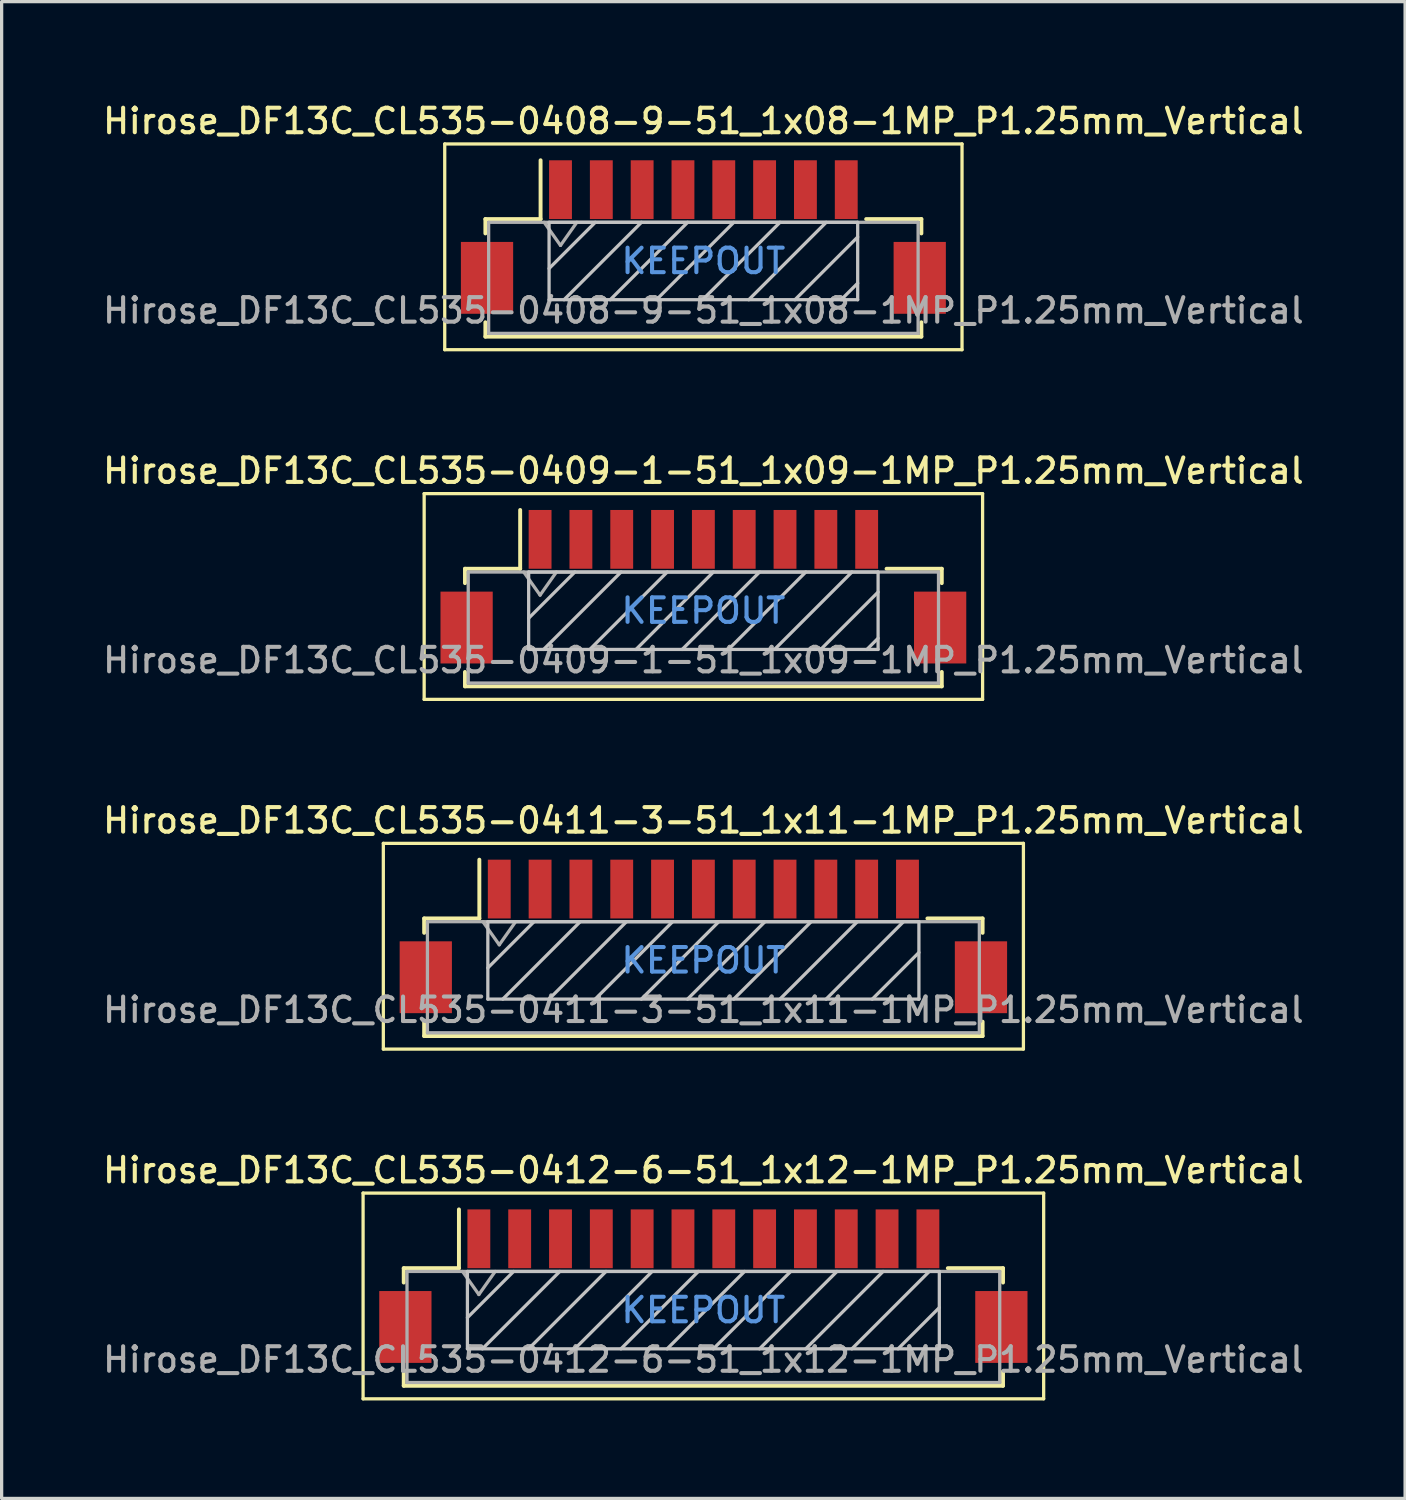
<source format=kicad_pcb>
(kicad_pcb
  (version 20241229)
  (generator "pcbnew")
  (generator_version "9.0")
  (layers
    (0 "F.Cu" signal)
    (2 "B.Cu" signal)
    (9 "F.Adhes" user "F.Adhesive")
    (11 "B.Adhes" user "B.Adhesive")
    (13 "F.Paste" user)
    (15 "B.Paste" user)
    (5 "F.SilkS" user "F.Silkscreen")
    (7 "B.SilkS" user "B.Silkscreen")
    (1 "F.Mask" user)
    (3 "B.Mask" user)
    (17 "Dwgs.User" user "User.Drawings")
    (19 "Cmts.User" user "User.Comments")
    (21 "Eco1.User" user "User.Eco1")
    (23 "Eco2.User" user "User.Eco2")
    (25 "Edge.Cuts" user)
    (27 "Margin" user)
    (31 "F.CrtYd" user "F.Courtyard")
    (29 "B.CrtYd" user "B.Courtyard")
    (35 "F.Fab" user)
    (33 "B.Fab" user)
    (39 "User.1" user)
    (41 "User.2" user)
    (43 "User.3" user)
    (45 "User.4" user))
  (footprint "Hirose_DF13C_CL535-0411-3-51_1x11-1MP_P1.25mm_Vertical"
    (layer "F.Cu")
    (at 18.488 25.624)
    (property "Reference" "Hirose_DF13C_CL535-0411-3-51_1x11-1MP_P1.25mm_Vertical" (at 0 -3.55 0) (layer "F.SilkS") (effects (font (size 0.75 0.75) (thickness 0.125))))
    (attr smd)
    (fp_line (start -9.8 -2.85) (end -9.8 3.45) (stroke (width 0.1) (type solid)) (layer "F.SilkS"))
    (fp_line (start -9.8 3.45) (end 9.8 3.45) (stroke (width 0.1) (type solid)) (layer "F.SilkS"))
    (fp_line (start -8.55 -0.55) (end -8.55 -0.11) (stroke (width 0.12) (type solid)) (layer "F.SilkS"))
    (fp_line (start -8.55 2.61) (end -8.55 3.05) (stroke (width 0.12) (type solid)) (layer "F.SilkS"))
    (fp_line (start -8.55 3.05) (end 8.55 3.05) (stroke (width 0.12) (type solid)) (layer "F.SilkS"))
    (fp_line (start -6.86 -0.55) (end -8.55 -0.55) (stroke (width 0.12) (type solid)) (layer "F.SilkS"))
    (fp_line (start -6.86 -0.55) (end -6.86 -2.35) (stroke (width 0.12) (type solid)) (layer "F.SilkS"))
    (fp_line (start 6.86 -0.55) (end 8.55 -0.55) (stroke (width 0.12) (type solid)) (layer "F.SilkS"))
    (fp_line (start 8.55 -0.55) (end 8.55 -0.11) (stroke (width 0.12) (type solid)) (layer "F.SilkS"))
    (fp_line (start 8.55 3.05) (end 8.55 2.61) (stroke (width 0.12) (type solid)) (layer "F.SilkS"))
    (fp_line (start 9.8 -2.85) (end -9.8 -2.85) (stroke (width 0.1) (type solid)) (layer "F.SilkS"))
    (fp_line (start 9.8 3.45) (end 9.8 -2.85) (stroke (width 0.1) (type solid)) (layer "F.SilkS"))
    (fp_line (start -6.6 -0.45) (end -6.6 1.92) (stroke (width 0.1) (type solid)) (layer "Dwgs.User"))
    (fp_line (start -6.6 1.92) (end 6.6 1.92) (stroke (width 0.1) (type solid)) (layer "Dwgs.User"))
    (fp_line (start -5.186 -0.45) (end -6.6 0.964) (stroke (width 0.1) (type solid)) (layer "Dwgs.User"))
    (fp_line (start -3.772 -0.45) (end -6.142 1.92) (stroke (width 0.1) (type solid)) (layer "Dwgs.User"))
    (fp_line (start -2.357 -0.45) (end -4.727 1.92) (stroke (width 0.1) (type solid)) (layer "Dwgs.User"))
    (fp_line (start -0.943 -0.45) (end -3.313 1.92) (stroke (width 0.1) (type solid)) (layer "Dwgs.User"))
    (fp_line (start 0.471 -0.45) (end -1.899 1.92) (stroke (width 0.1) (type solid)) (layer "Dwgs.User"))
    (fp_line (start 1.885 -0.45) (end -0.485 1.92) (stroke (width 0.1) (type solid)) (layer "Dwgs.User"))
    (fp_line (start 3.299 -0.45) (end 0.929 1.92) (stroke (width 0.1) (type solid)) (layer "Dwgs.User"))
    (fp_line (start 4.714 -0.45) (end 2.344 1.92) (stroke (width 0.1) (type solid)) (layer "Dwgs.User"))
    (fp_line (start 6.128 -0.45) (end 3.758 1.92) (stroke (width 0.1) (type solid)) (layer "Dwgs.User"))
    (fp_line (start 6.6 -0.45) (end -6.6 -0.45) (stroke (width 0.1) (type solid)) (layer "Dwgs.User"))
    (fp_line (start 6.6 0.492) (end 5.172 1.92) (stroke (width 0.1) (type solid)) (layer "Dwgs.User"))
    (fp_line (start 6.6 1.906) (end 6.586 1.92) (stroke (width 0.1) (type solid)) (layer "Dwgs.User"))
    (fp_line (start 6.6 1.92) (end 6.6 -0.45) (stroke (width 0.1) (type solid)) (layer "Dwgs.User"))
    (fp_line (start -8.45 -0.45) (end -8.45 2.95) (stroke (width 0.1) (type solid)) (layer "F.Fab"))
    (fp_line (start -8.45 2.95) (end 8.45 2.95) (stroke (width 0.1) (type solid)) (layer "F.Fab"))
    (fp_line (start -6.75 -0.45) (end -6.25 0.257) (stroke (width 0.1) (type solid)) (layer "F.Fab"))
    (fp_line (start -6.25 0.257) (end -5.75 -0.45) (stroke (width 0.1) (type solid)) (layer "F.Fab"))
    (fp_line (start 8.45 -0.45) (end -8.45 -0.45) (stroke (width 0.1) (type solid)) (layer "F.Fab"))
    (fp_line (start 8.45 2.95) (end 8.45 -0.45) (stroke (width 0.1) (type solid)) (layer "F.Fab"))
    (fp_text user "KEEPOUT" (at 0 0.735 0) (layer "Cmts.User") (effects (font (size 0.75 0.75) (thickness 0.125))))
    (fp_text user "${REFERENCE}" (at 0 2.25 0) (layer "F.Fab") (effects (font (size 0.75 0.75) (thickness 0.125))))
    (pad "1" smd rect (at -6.25 -1.45) (size 0.7 1.8) (layers "F.Cu" "F.Mask" "F.Paste"))
    (pad "2" smd rect (at -5 -1.45) (size 0.7 1.8) (layers "F.Cu" "F.Mask" "F.Paste"))
    (pad "3" smd rect (at -3.75 -1.45) (size 0.7 1.8) (layers "F.Cu" "F.Mask" "F.Paste"))
    (pad "4" smd rect (at -2.5 -1.45) (size 0.7 1.8) (layers "F.Cu" "F.Mask" "F.Paste"))
    (pad "5" smd rect (at -1.25 -1.45) (size 0.7 1.8) (layers "F.Cu" "F.Mask" "F.Paste"))
    (pad "6" smd rect (at 0 -1.45) (size 0.7 1.8) (layers "F.Cu" "F.Mask" "F.Paste"))
    (pad "7" smd rect (at 1.25 -1.45) (size 0.7 1.8) (layers "F.Cu" "F.Mask" "F.Paste"))
    (pad "8" smd rect (at 2.5 -1.45) (size 0.7 1.8) (layers "F.Cu" "F.Mask" "F.Paste"))
    (pad "9" smd rect (at 3.75 -1.45) (size 0.7 1.8) (layers "F.Cu" "F.Mask" "F.Paste"))
    (pad "10" smd rect (at 5 -1.45) (size 0.7 1.8) (layers "F.Cu" "F.Mask" "F.Paste"))
    (pad "11" smd rect (at 6.25 -1.45) (size 0.7 1.8) (layers "F.Cu" "F.Mask" "F.Paste"))
    (pad "MP" smd rect (at -8.5 1.25) (size 1.6 2.2) (layers "F.Cu" "F.Mask" "F.Paste"))
    (pad "MP" smd rect (at 8.5 1.25) (size 1.6 2.2) (layers "F.Cu" "F.Mask" "F.Paste")))
  (footprint "Hirose_DF13C_CL535-0412-6-51_1x12-1MP_P1.25mm_Vertical"
    (layer "F.Cu")
    (at 18.488 36.333)
    (property "Reference" "Hirose_DF13C_CL535-0412-6-51_1x12-1MP_P1.25mm_Vertical" (at 0 -3.55 0) (layer "F.SilkS") (effects (font (size 0.75 0.75) (thickness 0.125))))
    (attr smd)
    (fp_line (start -10.42 -2.85) (end -10.42 3.45) (stroke (width 0.1) (type solid)) (layer "F.SilkS"))
    (fp_line (start -10.42 3.45) (end 10.42 3.45) (stroke (width 0.1) (type solid)) (layer "F.SilkS"))
    (fp_line (start -9.175 -0.55) (end -9.175 -0.11) (stroke (width 0.12) (type solid)) (layer "F.SilkS"))
    (fp_line (start -9.175 2.61) (end -9.175 3.05) (stroke (width 0.12) (type solid)) (layer "F.SilkS"))
    (fp_line (start -9.175 3.05) (end 9.175 3.05) (stroke (width 0.12) (type solid)) (layer "F.SilkS"))
    (fp_line (start -7.485 -0.55) (end -9.175 -0.55) (stroke (width 0.12) (type solid)) (layer "F.SilkS"))
    (fp_line (start -7.485 -0.55) (end -7.485 -2.35) (stroke (width 0.12) (type solid)) (layer "F.SilkS"))
    (fp_line (start 7.485 -0.55) (end 9.175 -0.55) (stroke (width 0.12) (type solid)) (layer "F.SilkS"))
    (fp_line (start 9.175 -0.55) (end 9.175 -0.11) (stroke (width 0.12) (type solid)) (layer "F.SilkS"))
    (fp_line (start 9.175 3.05) (end 9.175 2.61) (stroke (width 0.12) (type solid)) (layer "F.SilkS"))
    (fp_line (start 10.42 -2.85) (end -10.42 -2.85) (stroke (width 0.1) (type solid)) (layer "F.SilkS"))
    (fp_line (start 10.42 3.45) (end 10.42 -2.85) (stroke (width 0.1) (type solid)) (layer "F.SilkS"))
    (fp_line (start -7.225 -0.45) (end -7.225 1.92) (stroke (width 0.1) (type solid)) (layer "Dwgs.User"))
    (fp_line (start -7.225 1.92) (end 7.225 1.92) (stroke (width 0.1) (type solid)) (layer "Dwgs.User"))
    (fp_line (start -5.811 -0.45) (end -7.225 0.964) (stroke (width 0.1) (type solid)) (layer "Dwgs.User"))
    (fp_line (start -4.397 -0.45) (end -6.767 1.92) (stroke (width 0.1) (type solid)) (layer "Dwgs.User"))
    (fp_line (start -2.982 -0.45) (end -5.352 1.92) (stroke (width 0.1) (type solid)) (layer "Dwgs.User"))
    (fp_line (start -1.568 -0.45) (end -3.938 1.92) (stroke (width 0.1) (type solid)) (layer "Dwgs.User"))
    (fp_line (start -0.154 -0.45) (end -2.524 1.92) (stroke (width 0.1) (type solid)) (layer "Dwgs.User"))
    (fp_line (start 1.26 -0.45) (end -1.11 1.92) (stroke (width 0.1) (type solid)) (layer "Dwgs.User"))
    (fp_line (start 2.674 -0.45) (end 0.304 1.92) (stroke (width 0.1) (type solid)) (layer "Dwgs.User"))
    (fp_line (start 4.089 -0.45) (end 1.719 1.92) (stroke (width 0.1) (type solid)) (layer "Dwgs.User"))
    (fp_line (start 5.503 -0.45) (end 3.133 1.92) (stroke (width 0.1) (type solid)) (layer "Dwgs.User"))
    (fp_line (start 6.917 -0.45) (end 4.547 1.92) (stroke (width 0.1) (type solid)) (layer "Dwgs.User"))
    (fp_line (start 7.225 -0.45) (end -7.225 -0.45) (stroke (width 0.1) (type solid)) (layer "Dwgs.User"))
    (fp_line (start 7.225 0.656) (end 5.961 1.92) (stroke (width 0.1) (type solid)) (layer "Dwgs.User"))
    (fp_line (start 7.225 1.92) (end 7.225 -0.45) (stroke (width 0.1) (type solid)) (layer "Dwgs.User"))
    (fp_line (start -9.075 -0.45) (end -9.075 2.95) (stroke (width 0.1) (type solid)) (layer "F.Fab"))
    (fp_line (start -9.075 2.95) (end 9.075 2.95) (stroke (width 0.1) (type solid)) (layer "F.Fab"))
    (fp_line (start -7.375 -0.45) (end -6.875 0.257) (stroke (width 0.1) (type solid)) (layer "F.Fab"))
    (fp_line (start -6.875 0.257) (end -6.375 -0.45) (stroke (width 0.1) (type solid)) (layer "F.Fab"))
    (fp_line (start 9.075 -0.45) (end -9.075 -0.45) (stroke (width 0.1) (type solid)) (layer "F.Fab"))
    (fp_line (start 9.075 2.95) (end 9.075 -0.45) (stroke (width 0.1) (type solid)) (layer "F.Fab"))
    (fp_text user "KEEPOUT" (at 0 0.735 0) (layer "Cmts.User") (effects (font (size 0.75 0.75) (thickness 0.125))))
    (fp_text user "${REFERENCE}" (at 0 2.25 0) (layer "F.Fab") (effects (font (size 0.75 0.75) (thickness 0.125))))
    (pad "1" smd rect (at -6.875 -1.45) (size 0.7 1.8) (layers "F.Cu" "F.Mask" "F.Paste"))
    (pad "2" smd rect (at -5.625 -1.45) (size 0.7 1.8) (layers "F.Cu" "F.Mask" "F.Paste"))
    (pad "3" smd rect (at -4.375 -1.45) (size 0.7 1.8) (layers "F.Cu" "F.Mask" "F.Paste"))
    (pad "4" smd rect (at -3.125 -1.45) (size 0.7 1.8) (layers "F.Cu" "F.Mask" "F.Paste"))
    (pad "5" smd rect (at -1.875 -1.45) (size 0.7 1.8) (layers "F.Cu" "F.Mask" "F.Paste"))
    (pad "6" smd rect (at -0.625 -1.45) (size 0.7 1.8) (layers "F.Cu" "F.Mask" "F.Paste"))
    (pad "7" smd rect (at 0.625 -1.45) (size 0.7 1.8) (layers "F.Cu" "F.Mask" "F.Paste"))
    (pad "8" smd rect (at 1.875 -1.45) (size 0.7 1.8) (layers "F.Cu" "F.Mask" "F.Paste"))
    (pad "9" smd rect (at 3.125 -1.45) (size 0.7 1.8) (layers "F.Cu" "F.Mask" "F.Paste"))
    (pad "10" smd rect (at 4.375 -1.45) (size 0.7 1.8) (layers "F.Cu" "F.Mask" "F.Paste"))
    (pad "11" smd rect (at 5.625 -1.45) (size 0.7 1.8) (layers "F.Cu" "F.Mask" "F.Paste"))
    (pad "12" smd rect (at 6.875 -1.45) (size 0.7 1.8) (layers "F.Cu" "F.Mask" "F.Paste"))
    (pad "MP" smd rect (at -9.125 1.25) (size 1.6 2.2) (layers "F.Cu" "F.Mask" "F.Paste"))
    (pad "MP" smd rect (at 9.125 1.25) (size 1.6 2.2) (layers "F.Cu" "F.Mask" "F.Paste")))
  (footprint "Hirose_DF13C_CL535-0409-1-51_1x09-1MP_P1.25mm_Vertical"
    (layer "F.Cu")
    (at 18.488 14.916)
    (property "Reference" "Hirose_DF13C_CL535-0409-1-51_1x09-1MP_P1.25mm_Vertical" (at 0 -3.55 0) (layer "F.SilkS") (effects (font (size 0.75 0.75) (thickness 0.125))))
    (attr smd)
    (fp_line (start -8.55 -2.85) (end -8.55 3.45) (stroke (width 0.1) (type solid)) (layer "F.SilkS"))
    (fp_line (start -8.55 3.45) (end 8.55 3.45) (stroke (width 0.1) (type solid)) (layer "F.SilkS"))
    (fp_line (start -7.3 -0.55) (end -7.3 -0.11) (stroke (width 0.12) (type solid)) (layer "F.SilkS"))
    (fp_line (start -7.3 2.61) (end -7.3 3.05) (stroke (width 0.12) (type solid)) (layer "F.SilkS"))
    (fp_line (start -7.3 3.05) (end 7.3 3.05) (stroke (width 0.12) (type solid)) (layer "F.SilkS"))
    (fp_line (start -5.61 -0.55) (end -7.3 -0.55) (stroke (width 0.12) (type solid)) (layer "F.SilkS"))
    (fp_line (start -5.61 -0.55) (end -5.61 -2.35) (stroke (width 0.12) (type solid)) (layer "F.SilkS"))
    (fp_line (start 5.61 -0.55) (end 7.3 -0.55) (stroke (width 0.12) (type solid)) (layer "F.SilkS"))
    (fp_line (start 7.3 -0.55) (end 7.3 -0.11) (stroke (width 0.12) (type solid)) (layer "F.SilkS"))
    (fp_line (start 7.3 3.05) (end 7.3 2.61) (stroke (width 0.12) (type solid)) (layer "F.SilkS"))
    (fp_line (start 8.55 -2.85) (end -8.55 -2.85) (stroke (width 0.1) (type solid)) (layer "F.SilkS"))
    (fp_line (start 8.55 3.45) (end 8.55 -2.85) (stroke (width 0.1) (type solid)) (layer "F.SilkS"))
    (fp_line (start -5.35 -0.45) (end -5.35 1.92) (stroke (width 0.1) (type solid)) (layer "Dwgs.User"))
    (fp_line (start -5.35 1.92) (end 5.35 1.92) (stroke (width 0.1) (type solid)) (layer "Dwgs.User"))
    (fp_line (start -3.936 -0.45) (end -5.35 0.964) (stroke (width 0.1) (type solid)) (layer "Dwgs.User"))
    (fp_line (start -2.522 -0.45) (end -4.892 1.92) (stroke (width 0.1) (type solid)) (layer "Dwgs.User"))
    (fp_line (start -1.107 -0.45) (end -3.477 1.92) (stroke (width 0.1) (type solid)) (layer "Dwgs.User"))
    (fp_line (start 0.307 -0.45) (end -2.063 1.92) (stroke (width 0.1) (type solid)) (layer "Dwgs.User"))
    (fp_line (start 1.721 -0.45) (end -0.649 1.92) (stroke (width 0.1) (type solid)) (layer "Dwgs.User"))
    (fp_line (start 3.135 -0.45) (end 0.765 1.92) (stroke (width 0.1) (type solid)) (layer "Dwgs.User"))
    (fp_line (start 4.549 -0.45) (end 2.179 1.92) (stroke (width 0.1) (type solid)) (layer "Dwgs.User"))
    (fp_line (start 5.35 -0.45) (end -5.35 -0.45) (stroke (width 0.1) (type solid)) (layer "Dwgs.User"))
    (fp_line (start 5.35 0.164) (end 3.594 1.92) (stroke (width 0.1) (type solid)) (layer "Dwgs.User"))
    (fp_line (start 5.35 1.578) (end 5.008 1.92) (stroke (width 0.1) (type solid)) (layer "Dwgs.User"))
    (fp_line (start 5.35 1.92) (end 5.35 -0.45) (stroke (width 0.1) (type solid)) (layer "Dwgs.User"))
    (fp_line (start -7.2 -0.45) (end -7.2 2.95) (stroke (width 0.1) (type solid)) (layer "F.Fab"))
    (fp_line (start -7.2 2.95) (end 7.2 2.95) (stroke (width 0.1) (type solid)) (layer "F.Fab"))
    (fp_line (start -5.5 -0.45) (end -5 0.257) (stroke (width 0.1) (type solid)) (layer "F.Fab"))
    (fp_line (start -5 0.257) (end -4.5 -0.45) (stroke (width 0.1) (type solid)) (layer "F.Fab"))
    (fp_line (start 7.2 -0.45) (end -7.2 -0.45) (stroke (width 0.1) (type solid)) (layer "F.Fab"))
    (fp_line (start 7.2 2.95) (end 7.2 -0.45) (stroke (width 0.1) (type solid)) (layer "F.Fab"))
    (fp_text user "KEEPOUT" (at 0 0.735 0) (layer "Cmts.User") (effects (font (size 0.75 0.75) (thickness 0.125))))
    (fp_text user "${REFERENCE}" (at 0 2.25 0) (layer "F.Fab") (effects (font (size 0.75 0.75) (thickness 0.125))))
    (pad "1" smd rect (at -5 -1.45) (size 0.7 1.8) (layers "F.Cu" "F.Mask" "F.Paste"))
    (pad "2" smd rect (at -3.75 -1.45) (size 0.7 1.8) (layers "F.Cu" "F.Mask" "F.Paste"))
    (pad "3" smd rect (at -2.5 -1.45) (size 0.7 1.8) (layers "F.Cu" "F.Mask" "F.Paste"))
    (pad "4" smd rect (at -1.25 -1.45) (size 0.7 1.8) (layers "F.Cu" "F.Mask" "F.Paste"))
    (pad "5" smd rect (at 0 -1.45) (size 0.7 1.8) (layers "F.Cu" "F.Mask" "F.Paste"))
    (pad "6" smd rect (at 1.25 -1.45) (size 0.7 1.8) (layers "F.Cu" "F.Mask" "F.Paste"))
    (pad "7" smd rect (at 2.5 -1.45) (size 0.7 1.8) (layers "F.Cu" "F.Mask" "F.Paste"))
    (pad "8" smd rect (at 3.75 -1.45) (size 0.7 1.8) (layers "F.Cu" "F.Mask" "F.Paste"))
    (pad "9" smd rect (at 5 -1.45) (size 0.7 1.8) (layers "F.Cu" "F.Mask" "F.Paste"))
    (pad "MP" smd rect (at -7.25 1.25) (size 1.6 2.2) (layers "F.Cu" "F.Mask" "F.Paste"))
    (pad "MP" smd rect (at 7.25 1.25) (size 1.6 2.2) (layers "F.Cu" "F.Mask" "F.Paste")))
  (footprint "Hirose_DF13C_CL535-0408-9-51_1x08-1MP_P1.25mm_Vertical"
    (layer "F.Cu")
    (at 18.488 4.208)
    (property "Reference" "Hirose_DF13C_CL535-0408-9-51_1x08-1MP_P1.25mm_Vertical" (at 0 -3.55 0) (layer "F.SilkS") (effects (font (size 0.75 0.75) (thickness 0.125))))
    (attr smd)
    (fp_line (start -7.92 -2.85) (end -7.92 3.45) (stroke (width 0.1) (type solid)) (layer "F.SilkS"))
    (fp_line (start -7.92 3.45) (end 7.92 3.45) (stroke (width 0.1) (type solid)) (layer "F.SilkS"))
    (fp_line (start -6.675 -0.55) (end -6.675 -0.11) (stroke (width 0.12) (type solid)) (layer "F.SilkS"))
    (fp_line (start -6.675 2.61) (end -6.675 3.05) (stroke (width 0.12) (type solid)) (layer "F.SilkS"))
    (fp_line (start -6.675 3.05) (end 6.675 3.05) (stroke (width 0.12) (type solid)) (layer "F.SilkS"))
    (fp_line (start -4.985 -0.55) (end -6.675 -0.55) (stroke (width 0.12) (type solid)) (layer "F.SilkS"))
    (fp_line (start -4.985 -0.55) (end -4.985 -2.35) (stroke (width 0.12) (type solid)) (layer "F.SilkS"))
    (fp_line (start 4.985 -0.55) (end 6.675 -0.55) (stroke (width 0.12) (type solid)) (layer "F.SilkS"))
    (fp_line (start 6.675 -0.55) (end 6.675 -0.11) (stroke (width 0.12) (type solid)) (layer "F.SilkS"))
    (fp_line (start 6.675 3.05) (end 6.675 2.61) (stroke (width 0.12) (type solid)) (layer "F.SilkS"))
    (fp_line (start 7.92 -2.85) (end -7.92 -2.85) (stroke (width 0.1) (type solid)) (layer "F.SilkS"))
    (fp_line (start 7.92 3.45) (end 7.92 -2.85) (stroke (width 0.1) (type solid)) (layer "F.SilkS"))
    (fp_line (start -4.725 -0.45) (end -4.725 1.92) (stroke (width 0.1) (type solid)) (layer "Dwgs.User"))
    (fp_line (start -4.725 1.92) (end 4.725 1.92) (stroke (width 0.1) (type solid)) (layer "Dwgs.User"))
    (fp_line (start -3.311 -0.45) (end -4.725 0.964) (stroke (width 0.1) (type solid)) (layer "Dwgs.User"))
    (fp_line (start -1.897 -0.45) (end -4.267 1.92) (stroke (width 0.1) (type solid)) (layer "Dwgs.User"))
    (fp_line (start -0.482 -0.45) (end -2.852 1.92) (stroke (width 0.1) (type solid)) (layer "Dwgs.User"))
    (fp_line (start 0.932 -0.45) (end -1.438 1.92) (stroke (width 0.1) (type solid)) (layer "Dwgs.User"))
    (fp_line (start 2.346 -0.45) (end -0.024 1.92) (stroke (width 0.1) (type solid)) (layer "Dwgs.User"))
    (fp_line (start 3.76 -0.45) (end 1.39 1.92) (stroke (width 0.1) (type solid)) (layer "Dwgs.User"))
    (fp_line (start 4.725 -0.45) (end -4.725 -0.45) (stroke (width 0.1) (type solid)) (layer "Dwgs.User"))
    (fp_line (start 4.725 -0.001) (end 2.804 1.92) (stroke (width 0.1) (type solid)) (layer "Dwgs.User"))
    (fp_line (start 4.725 1.414) (end 4.219 1.92) (stroke (width 0.1) (type solid)) (layer "Dwgs.User"))
    (fp_line (start 4.725 1.92) (end 4.725 -0.45) (stroke (width 0.1) (type solid)) (layer "Dwgs.User"))
    (fp_line (start -6.575 -0.45) (end -6.575 2.95) (stroke (width 0.1) (type solid)) (layer "F.Fab"))
    (fp_line (start -6.575 2.95) (end 6.575 2.95) (stroke (width 0.1) (type solid)) (layer "F.Fab"))
    (fp_line (start -4.875 -0.45) (end -4.375 0.257) (stroke (width 0.1) (type solid)) (layer "F.Fab"))
    (fp_line (start -4.375 0.257) (end -3.875 -0.45) (stroke (width 0.1) (type solid)) (layer "F.Fab"))
    (fp_line (start 6.575 -0.45) (end -6.575 -0.45) (stroke (width 0.1) (type solid)) (layer "F.Fab"))
    (fp_line (start 6.575 2.95) (end 6.575 -0.45) (stroke (width 0.1) (type solid)) (layer "F.Fab"))
    (fp_text user "KEEPOUT" (at 0 0.735 0) (layer "Cmts.User") (effects (font (size 0.75 0.75) (thickness 0.125))))
    (fp_text user "${REFERENCE}" (at 0 2.25 0) (layer "F.Fab") (effects (font (size 0.75 0.75) (thickness 0.125))))
    (pad "1" smd rect (at -4.375 -1.45) (size 0.7 1.8) (layers "F.Cu" "F.Mask" "F.Paste"))
    (pad "2" smd rect (at -3.125 -1.45) (size 0.7 1.8) (layers "F.Cu" "F.Mask" "F.Paste"))
    (pad "3" smd rect (at -1.875 -1.45) (size 0.7 1.8) (layers "F.Cu" "F.Mask" "F.Paste"))
    (pad "4" smd rect (at -0.625 -1.45) (size 0.7 1.8) (layers "F.Cu" "F.Mask" "F.Paste"))
    (pad "5" smd rect (at 0.625 -1.45) (size 0.7 1.8) (layers "F.Cu" "F.Mask" "F.Paste"))
    (pad "6" smd rect (at 1.875 -1.45) (size 0.7 1.8) (layers "F.Cu" "F.Mask" "F.Paste"))
    (pad "7" smd rect (at 3.125 -1.45) (size 0.7 1.8) (layers "F.Cu" "F.Mask" "F.Paste"))
    (pad "8" smd rect (at 4.375 -1.45) (size 0.7 1.8) (layers "F.Cu" "F.Mask" "F.Paste"))
    (pad "MP" smd rect (at -6.625 1.25) (size 1.6 2.2) (layers "F.Cu" "F.Mask" "F.Paste"))
    (pad "MP" smd rect (at 6.625 1.25) (size 1.6 2.2) (layers "F.Cu" "F.Mask" "F.Paste")))
  (gr_rect
    (start -3 -3)
    (end 39.975 42.833)
    (stroke (width 0.1) (type default))
    (fill no)
    (layer "Edge.Cuts")))
</source>
